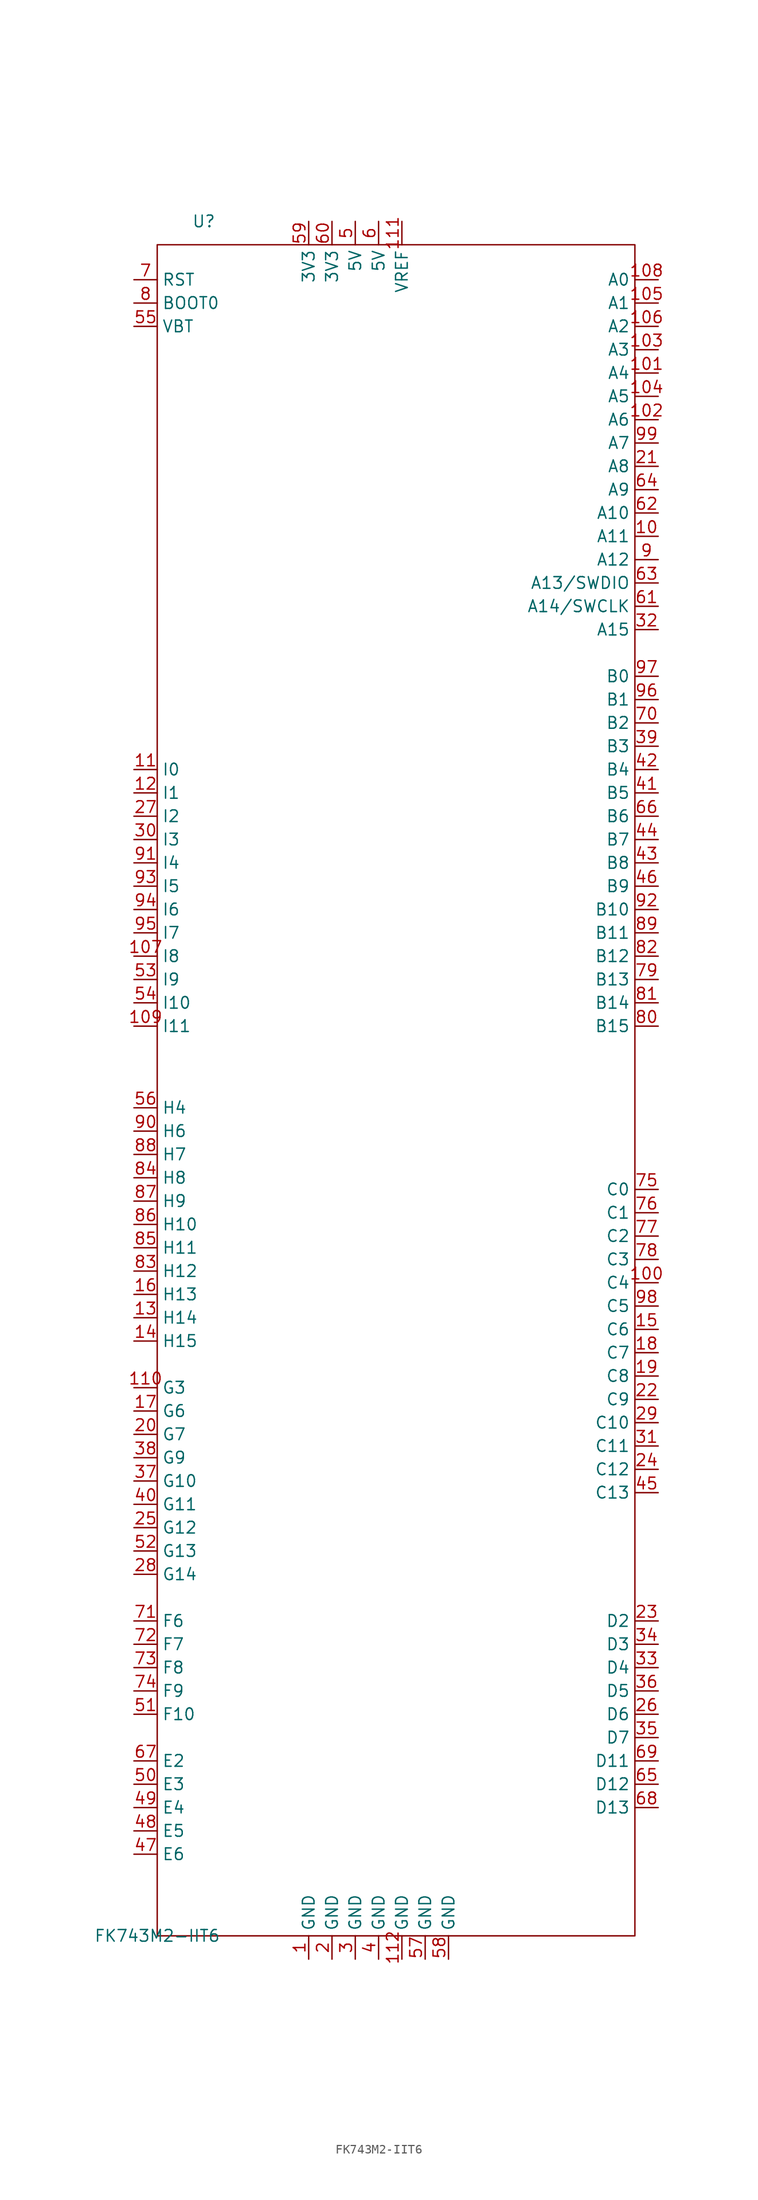
<source format=kicad_sym>
(kicad_symbol_lib
  (version 20220914)
  (generator kicad_symbol_editor)
  (symbol "FK743M2-IIT6"
    (property "Reference" "U"
      (at 5.08 186.69 0)
      (effects (font (size 1.27 1.27))))
    (property "Value" "FK743M2-IIT6"
      (at 0 0 0)
      (effects (font (size 1.27 1.27))))
    (symbol "FK743M2-IIT6_0_1"
      (rectangle (start 0 184.15) (end 52.07 0) (stroke (width 0) (type default)) (fill (type none))))
    (symbol "FK743M2-IIT6_1_1"
      (pin power_in line (at 16.51 -2.54 90) (length 2.54) (name "GND" (effects (font (size 1.27 1.27)))) (number "1" (effects (font (size 1.27 1.27)))))
      (pin bidirectional line (at 54.61 152.4 180) (length 2.54) (name "A11" (effects (font (size 1.27 1.27)))) (number "10" (effects (font (size 1.27 1.27)))))
      (pin bidirectional line (at 54.61 71.12 180) (length 2.54) (name "C4" (effects (font (size 1.27 1.27)))) (number "100" (effects (font (size 1.27 1.27)))))
      (pin bidirectional line (at 54.61 170.18 180) (length 2.54) (name "A4" (effects (font (size 1.27 1.27)))) (number "101" (effects (font (size 1.27 1.27)))))
      (pin bidirectional line (at 54.61 165.1 180) (length 2.54) (name "A6" (effects (font (size 1.27 1.27)))) (number "102" (effects (font (size 1.27 1.27)))))
      (pin bidirectional line (at 54.61 172.72 180) (length 2.54) (name "A3" (effects (font (size 1.27 1.27)))) (number "103" (effects (font (size 1.27 1.27)))))
      (pin bidirectional line (at 54.61 167.64 180) (length 2.54) (name "A5" (effects (font (size 1.27 1.27)))) (number "104" (effects (font (size 1.27 1.27)))))
      (pin bidirectional line (at 54.61 177.8 180) (length 2.54) (name "A1" (effects (font (size 1.27 1.27)))) (number "105" (effects (font (size 1.27 1.27)))))
      (pin bidirectional line (at 54.61 175.26 180) (length 2.54) (name "A2" (effects (font (size 1.27 1.27)))) (number "106" (effects (font (size 1.27 1.27)))))
      (pin bidirectional line (at -2.54 106.68 0) (length 2.54) (name "I8" (effects (font (size 1.27 1.27)))) (number "107" (effects (font (size 1.27 1.27)))))
      (pin bidirectional line (at 54.61 180.34 180) (length 2.54) (name "A0" (effects (font (size 1.27 1.27)))) (number "108" (effects (font (size 1.27 1.27)))))
      (pin bidirectional line (at -2.54 99.06 0) (length 2.54) (name "I11" (effects (font (size 1.27 1.27)))) (number "109" (effects (font (size 1.27 1.27)))))
      (pin bidirectional line (at -2.54 127 0) (length 2.54) (name "I0" (effects (font (size 1.27 1.27)))) (number "11" (effects (font (size 1.27 1.27)))))
      (pin bidirectional line (at -2.54 59.69 0) (length 2.54) (name "G3" (effects (font (size 1.27 1.27)))) (number "110" (effects (font (size 1.27 1.27)))))
      (pin output line (at 26.67 186.69 270) (length 2.54) (name "VREF" (effects (font (size 1.27 1.27)))) (number "111" (effects (font (size 1.27 1.27)))))
      (pin power_in line (at 26.67 -2.54 90) (length 2.54) (name "GND" (effects (font (size 1.27 1.27)))) (number "112" (effects (font (size 1.27 1.27)))))
      (pin bidirectional line (at -2.54 124.46 0) (length 2.54) (name "I1" (effects (font (size 1.27 1.27)))) (number "12" (effects (font (size 1.27 1.27)))))
      (pin bidirectional line (at -2.54 67.31 0) (length 2.54) (name "H14" (effects (font (size 1.27 1.27)))) (number "13" (effects (font (size 1.27 1.27)))))
      (pin bidirectional line (at -2.54 64.77 0) (length 2.54) (name "H15" (effects (font (size 1.27 1.27)))) (number "14" (effects (font (size 1.27 1.27)))))
      (pin bidirectional line (at 54.61 66.04 180) (length 2.54) (name "C6" (effects (font (size 1.27 1.27)))) (number "15" (effects (font (size 1.27 1.27)))))
      (pin bidirectional line (at -2.54 69.85 0) (length 2.54) (name "H13" (effects (font (size 1.27 1.27)))) (number "16" (effects (font (size 1.27 1.27)))))
      (pin bidirectional line (at -2.54 57.15 0) (length 2.54) (name "G6" (effects (font (size 1.27 1.27)))) (number "17" (effects (font (size 1.27 1.27)))))
      (pin bidirectional line (at 54.61 63.5 180) (length 2.54) (name "C7" (effects (font (size 1.27 1.27)))) (number "18" (effects (font (size 1.27 1.27)))))
      (pin bidirectional line (at 54.61 60.96 180) (length 2.54) (name "C8" (effects (font (size 1.27 1.27)))) (number "19" (effects (font (size 1.27 1.27)))))
      (pin power_in line (at 19.05 -2.54 90) (length 2.54) (name "GND" (effects (font (size 1.27 1.27)))) (number "2" (effects (font (size 1.27 1.27)))))
      (pin bidirectional line (at -2.54 54.61 0) (length 2.54) (name "G7" (effects (font (size 1.27 1.27)))) (number "20" (effects (font (size 1.27 1.27)))))
      (pin bidirectional line (at 54.61 160.02 180) (length 2.54) (name "A8" (effects (font (size 1.27 1.27)))) (number "21" (effects (font (size 1.27 1.27)))))
      (pin bidirectional line (at 54.61 58.42 180) (length 2.54) (name "C9" (effects (font (size 1.27 1.27)))) (number "22" (effects (font (size 1.27 1.27)))))
      (pin bidirectional line (at 54.61 34.29 180) (length 2.54) (name "D2" (effects (font (size 1.27 1.27)))) (number "23" (effects (font (size 1.27 1.27)))))
      (pin bidirectional line (at 54.61 50.8 180) (length 2.54) (name "C12" (effects (font (size 1.27 1.27)))) (number "24" (effects (font (size 1.27 1.27)))))
      (pin bidirectional line (at -2.54 44.45 0) (length 2.54) (name "G12" (effects (font (size 1.27 1.27)))) (number "25" (effects (font (size 1.27 1.27)))))
      (pin bidirectional line (at 54.61 24.13 180) (length 2.54) (name "D6" (effects (font (size 1.27 1.27)))) (number "26" (effects (font (size 1.27 1.27)))))
      (pin bidirectional line (at -2.54 121.92 0) (length 2.54) (name "I2" (effects (font (size 1.27 1.27)))) (number "27" (effects (font (size 1.27 1.27)))))
      (pin bidirectional line (at -2.54 39.37 0) (length 2.54) (name "G14" (effects (font (size 1.27 1.27)))) (number "28" (effects (font (size 1.27 1.27)))))
      (pin bidirectional line (at 54.61 55.88 180) (length 2.54) (name "C10" (effects (font (size 1.27 1.27)))) (number "29" (effects (font (size 1.27 1.27)))))
      (pin power_in line (at 21.59 -2.54 90) (length 2.54) (name "GND" (effects (font (size 1.27 1.27)))) (number "3" (effects (font (size 1.27 1.27)))))
      (pin bidirectional line (at -2.54 119.38 0) (length 2.54) (name "I3" (effects (font (size 1.27 1.27)))) (number "30" (effects (font (size 1.27 1.27)))))
      (pin bidirectional line (at 54.61 53.34 180) (length 2.54) (name "C11" (effects (font (size 1.27 1.27)))) (number "31" (effects (font (size 1.27 1.27)))))
      (pin bidirectional line (at 54.61 142.24 180) (length 2.54) (name "A15" (effects (font (size 1.27 1.27)))) (number "32" (effects (font (size 1.27 1.27)))))
      (pin bidirectional line (at 54.61 29.21 180) (length 2.54) (name "D4" (effects (font (size 1.27 1.27)))) (number "33" (effects (font (size 1.27 1.27)))))
      (pin bidirectional line (at 54.61 31.75 180) (length 2.54) (name "D3" (effects (font (size 1.27 1.27)))) (number "34" (effects (font (size 1.27 1.27)))))
      (pin bidirectional line (at 54.61 21.59 180) (length 2.54) (name "D7" (effects (font (size 1.27 1.27)))) (number "35" (effects (font (size 1.27 1.27)))))
      (pin bidirectional line (at 54.61 26.67 180) (length 2.54) (name "D5" (effects (font (size 1.27 1.27)))) (number "36" (effects (font (size 1.27 1.27)))))
      (pin bidirectional line (at -2.54 49.53 0) (length 2.54) (name "G10" (effects (font (size 1.27 1.27)))) (number "37" (effects (font (size 1.27 1.27)))))
      (pin bidirectional line (at -2.54 52.07 0) (length 2.54) (name "G9" (effects (font (size 1.27 1.27)))) (number "38" (effects (font (size 1.27 1.27)))))
      (pin bidirectional line (at 54.61 129.54 180) (length 2.54) (name "B3" (effects (font (size 1.27 1.27)))) (number "39" (effects (font (size 1.27 1.27)))))
      (pin power_in line (at 24.13 -2.54 90) (length 2.54) (name "GND" (effects (font (size 1.27 1.27)))) (number "4" (effects (font (size 1.27 1.27)))))
      (pin bidirectional line (at -2.54 46.99 0) (length 2.54) (name "G11" (effects (font (size 1.27 1.27)))) (number "40" (effects (font (size 1.27 1.27)))))
      (pin bidirectional line (at 54.61 124.46 180) (length 2.54) (name "B5" (effects (font (size 1.27 1.27)))) (number "41" (effects (font (size 1.27 1.27)))))
      (pin bidirectional line (at 54.61 127 180) (length 2.54) (name "B4" (effects (font (size 1.27 1.27)))) (number "42" (effects (font (size 1.27 1.27)))))
      (pin bidirectional line (at 54.61 116.84 180) (length 2.54) (name "B8" (effects (font (size 1.27 1.27)))) (number "43" (effects (font (size 1.27 1.27)))))
      (pin bidirectional line (at 54.61 119.38 180) (length 2.54) (name "B7" (effects (font (size 1.27 1.27)))) (number "44" (effects (font (size 1.27 1.27)))))
      (pin bidirectional line (at 54.61 48.26 180) (length 2.54) (name "C13" (effects (font (size 1.27 1.27)))) (number "45" (effects (font (size 1.27 1.27)))))
      (pin bidirectional line (at 54.61 114.3 180) (length 2.54) (name "B9" (effects (font (size 1.27 1.27)))) (number "46" (effects (font (size 1.27 1.27)))))
      (pin bidirectional line (at -2.54 8.89 0) (length 2.54) (name "E6" (effects (font (size 1.27 1.27)))) (number "47" (effects (font (size 1.27 1.27)))))
      (pin bidirectional line (at -2.54 11.43 0) (length 2.54) (name "E5" (effects (font (size 1.27 1.27)))) (number "48" (effects (font (size 1.27 1.27)))))
      (pin bidirectional line (at -2.54 13.97 0) (length 2.54) (name "E4" (effects (font (size 1.27 1.27)))) (number "49" (effects (font (size 1.27 1.27)))))
      (pin power_in line (at 21.59 186.69 270) (length 2.54) (name "5V" (effects (font (size 1.27 1.27)))) (number "5" (effects (font (size 1.27 1.27)))))
      (pin bidirectional line (at -2.54 16.51 0) (length 2.54) (name "E3" (effects (font (size 1.27 1.27)))) (number "50" (effects (font (size 1.27 1.27)))))
      (pin bidirectional line (at -2.54 24.13 0) (length 2.54) (name "F10" (effects (font (size 1.27 1.27)))) (number "51" (effects (font (size 1.27 1.27)))))
      (pin bidirectional line (at -2.54 41.91 0) (length 2.54) (name "G13" (effects (font (size 1.27 1.27)))) (number "52" (effects (font (size 1.27 1.27)))))
      (pin bidirectional line (at -2.54 104.14 0) (length 2.54) (name "I9" (effects (font (size 1.27 1.27)))) (number "53" (effects (font (size 1.27 1.27)))))
      (pin bidirectional line (at -2.54 101.6 0) (length 2.54) (name "I10" (effects (font (size 1.27 1.27)))) (number "54" (effects (font (size 1.27 1.27)))))
      (pin input line (at -2.54 175.26 0) (length 2.54) (name "VBT" (effects (font (size 1.27 1.27)))) (number "55" (effects (font (size 1.27 1.27)))))
      (pin bidirectional line (at -2.54 90.17 0) (length 2.54) (name "H4" (effects (font (size 1.27 1.27)))) (number "56" (effects (font (size 1.27 1.27)))))
      (pin power_in line (at 29.21 -2.54 90) (length 2.54) (name "GND" (effects (font (size 1.27 1.27)))) (number "57" (effects (font (size 1.27 1.27)))))
      (pin power_in line (at 31.75 -2.54 90) (length 2.54) (name "GND" (effects (font (size 1.27 1.27)))) (number "58" (effects (font (size 1.27 1.27)))))
      (pin power_in line (at 16.51 186.69 270) (length 2.54) (name "3V3" (effects (font (size 1.27 1.27)))) (number "59" (effects (font (size 1.27 1.27)))))
      (pin power_in line (at 24.13 186.69 270) (length 2.54) (name "5V" (effects (font (size 1.27 1.27)))) (number "6" (effects (font (size 1.27 1.27)))))
      (pin power_in line (at 19.05 186.69 270) (length 2.54) (name "3V3" (effects (font (size 1.27 1.27)))) (number "60" (effects (font (size 1.27 1.27)))))
      (pin bidirectional line (at 54.61 144.78 180) (length 2.54) (name "A14/SWCLK" (effects (font (size 1.27 1.27)))) (number "61" (effects (font (size 1.27 1.27)))))
      (pin bidirectional line (at 54.61 154.94 180) (length 2.54) (name "A10" (effects (font (size 1.27 1.27)))) (number "62" (effects (font (size 1.27 1.27)))))
      (pin bidirectional line (at 54.61 147.32 180) (length 2.54) (name "A13/SWDIO" (effects (font (size 1.27 1.27)))) (number "63" (effects (font (size 1.27 1.27)))))
      (pin bidirectional line (at 54.61 157.48 180) (length 2.54) (name "A9" (effects (font (size 1.27 1.27)))) (number "64" (effects (font (size 1.27 1.27)))))
      (pin bidirectional line (at 54.61 16.51 180) (length 2.54) (name "D12" (effects (font (size 1.27 1.27)))) (number "65" (effects (font (size 1.27 1.27)))))
      (pin bidirectional line (at 54.61 121.92 180) (length 2.54) (name "B6" (effects (font (size 1.27 1.27)))) (number "66" (effects (font (size 1.27 1.27)))))
      (pin bidirectional line (at -2.54 19.05 0) (length 2.54) (name "E2" (effects (font (size 1.27 1.27)))) (number "67" (effects (font (size 1.27 1.27)))))
      (pin bidirectional line (at 54.61 13.97 180) (length 2.54) (name "D13" (effects (font (size 1.27 1.27)))) (number "68" (effects (font (size 1.27 1.27)))))
      (pin bidirectional line (at 54.61 19.05 180) (length 2.54) (name "D11" (effects (font (size 1.27 1.27)))) (number "69" (effects (font (size 1.27 1.27)))))
      (pin input line (at -2.54 180.34 0) (length 2.54) (name "RST" (effects (font (size 1.27 1.27)))) (number "7" (effects (font (size 1.27 1.27)))))
      (pin bidirectional line (at 54.61 132.08 180) (length 2.54) (name "B2" (effects (font (size 1.27 1.27)))) (number "70" (effects (font (size 1.27 1.27)))))
      (pin bidirectional line (at -2.54 34.29 0) (length 2.54) (name "F6" (effects (font (size 1.27 1.27)))) (number "71" (effects (font (size 1.27 1.27)))))
      (pin bidirectional line (at -2.54 31.75 0) (length 2.54) (name "F7" (effects (font (size 1.27 1.27)))) (number "72" (effects (font (size 1.27 1.27)))))
      (pin bidirectional line (at -2.54 29.21 0) (length 2.54) (name "F8" (effects (font (size 1.27 1.27)))) (number "73" (effects (font (size 1.27 1.27)))))
      (pin bidirectional line (at -2.54 26.67 0) (length 2.54) (name "F9" (effects (font (size 1.27 1.27)))) (number "74" (effects (font (size 1.27 1.27)))))
      (pin bidirectional line (at 54.61 81.28 180) (length 2.54) (name "C0" (effects (font (size 1.27 1.27)))) (number "75" (effects (font (size 1.27 1.27)))))
      (pin bidirectional line (at 54.61 78.74 180) (length 2.54) (name "C1" (effects (font (size 1.27 1.27)))) (number "76" (effects (font (size 1.27 1.27)))))
      (pin bidirectional line (at 54.61 76.2 180) (length 2.54) (name "C2" (effects (font (size 1.27 1.27)))) (number "77" (effects (font (size 1.27 1.27)))))
      (pin bidirectional line (at 54.61 73.66 180) (length 2.54) (name "C3" (effects (font (size 1.27 1.27)))) (number "78" (effects (font (size 1.27 1.27)))))
      (pin bidirectional line (at 54.61 104.14 180) (length 2.54) (name "B13" (effects (font (size 1.27 1.27)))) (number "79" (effects (font (size 1.27 1.27)))))
      (pin input line (at -2.54 177.8 0) (length 2.54) (name "BOOT0" (effects (font (size 1.27 1.27)))) (number "8" (effects (font (size 1.27 1.27)))))
      (pin bidirectional line (at 54.61 99.06 180) (length 2.54) (name "B15" (effects (font (size 1.27 1.27)))) (number "80" (effects (font (size 1.27 1.27)))))
      (pin bidirectional line (at 54.61 101.6 180) (length 2.54) (name "B14" (effects (font (size 1.27 1.27)))) (number "81" (effects (font (size 1.27 1.27)))))
      (pin bidirectional line (at 54.61 106.68 180) (length 2.54) (name "B12" (effects (font (size 1.27 1.27)))) (number "82" (effects (font (size 1.27 1.27)))))
      (pin bidirectional line (at -2.54 72.39 0) (length 2.54) (name "H12" (effects (font (size 1.27 1.27)))) (number "83" (effects (font (size 1.27 1.27)))))
      (pin bidirectional line (at -2.54 82.55 0) (length 2.54) (name "H8" (effects (font (size 1.27 1.27)))) (number "84" (effects (font (size 1.27 1.27)))))
      (pin bidirectional line (at -2.54 74.93 0) (length 2.54) (name "H11" (effects (font (size 1.27 1.27)))) (number "85" (effects (font (size 1.27 1.27)))))
      (pin bidirectional line (at -2.54 77.47 0) (length 2.54) (name "H10" (effects (font (size 1.27 1.27)))) (number "86" (effects (font (size 1.27 1.27)))))
      (pin bidirectional line (at -2.54 80.01 0) (length 2.54) (name "H9" (effects (font (size 1.27 1.27)))) (number "87" (effects (font (size 1.27 1.27)))))
      (pin bidirectional line (at -2.54 85.09 0) (length 2.54) (name "H7" (effects (font (size 1.27 1.27)))) (number "88" (effects (font (size 1.27 1.27)))))
      (pin bidirectional line (at 54.61 109.22 180) (length 2.54) (name "B11" (effects (font (size 1.27 1.27)))) (number "89" (effects (font (size 1.27 1.27)))))
      (pin bidirectional line (at 54.61 149.86 180) (length 2.54) (name "A12" (effects (font (size 1.27 1.27)))) (number "9" (effects (font (size 1.27 1.27)))))
      (pin bidirectional line (at -2.54 87.63 0) (length 2.54) (name "H6" (effects (font (size 1.27 1.27)))) (number "90" (effects (font (size 1.27 1.27)))))
      (pin bidirectional line (at -2.54 116.84 0) (length 2.54) (name "I4" (effects (font (size 1.27 1.27)))) (number "91" (effects (font (size 1.27 1.27)))))
      (pin bidirectional line (at 54.61 111.76 180) (length 2.54) (name "B10" (effects (font (size 1.27 1.27)))) (number "92" (effects (font (size 1.27 1.27)))))
      (pin bidirectional line (at -2.54 114.3 0) (length 2.54) (name "I5" (effects (font (size 1.27 1.27)))) (number "93" (effects (font (size 1.27 1.27)))))
      (pin bidirectional line (at -2.54 111.76 0) (length 2.54) (name "I6" (effects (font (size 1.27 1.27)))) (number "94" (effects (font (size 1.27 1.27)))))
      (pin bidirectional line (at -2.54 109.22 0) (length 2.54) (name "I7" (effects (font (size 1.27 1.27)))) (number "95" (effects (font (size 1.27 1.27)))))
      (pin bidirectional line (at 54.61 134.62 180) (length 2.54) (name "B1" (effects (font (size 1.27 1.27)))) (number "96" (effects (font (size 1.27 1.27)))))
      (pin bidirectional line (at 54.61 137.16 180) (length 2.54) (name "B0" (effects (font (size 1.27 1.27)))) (number "97" (effects (font (size 1.27 1.27)))))
      (pin bidirectional line (at 54.61 68.58 180) (length 2.54) (name "C5" (effects (font (size 1.27 1.27)))) (number "98" (effects (font (size 1.27 1.27)))))
      (pin bidirectional line (at 54.61 162.56 180) (length 2.54) (name "A7" (effects (font (size 1.27 1.27)))) (number "99" (effects (font (size 1.27 1.27))))))))
</source>
